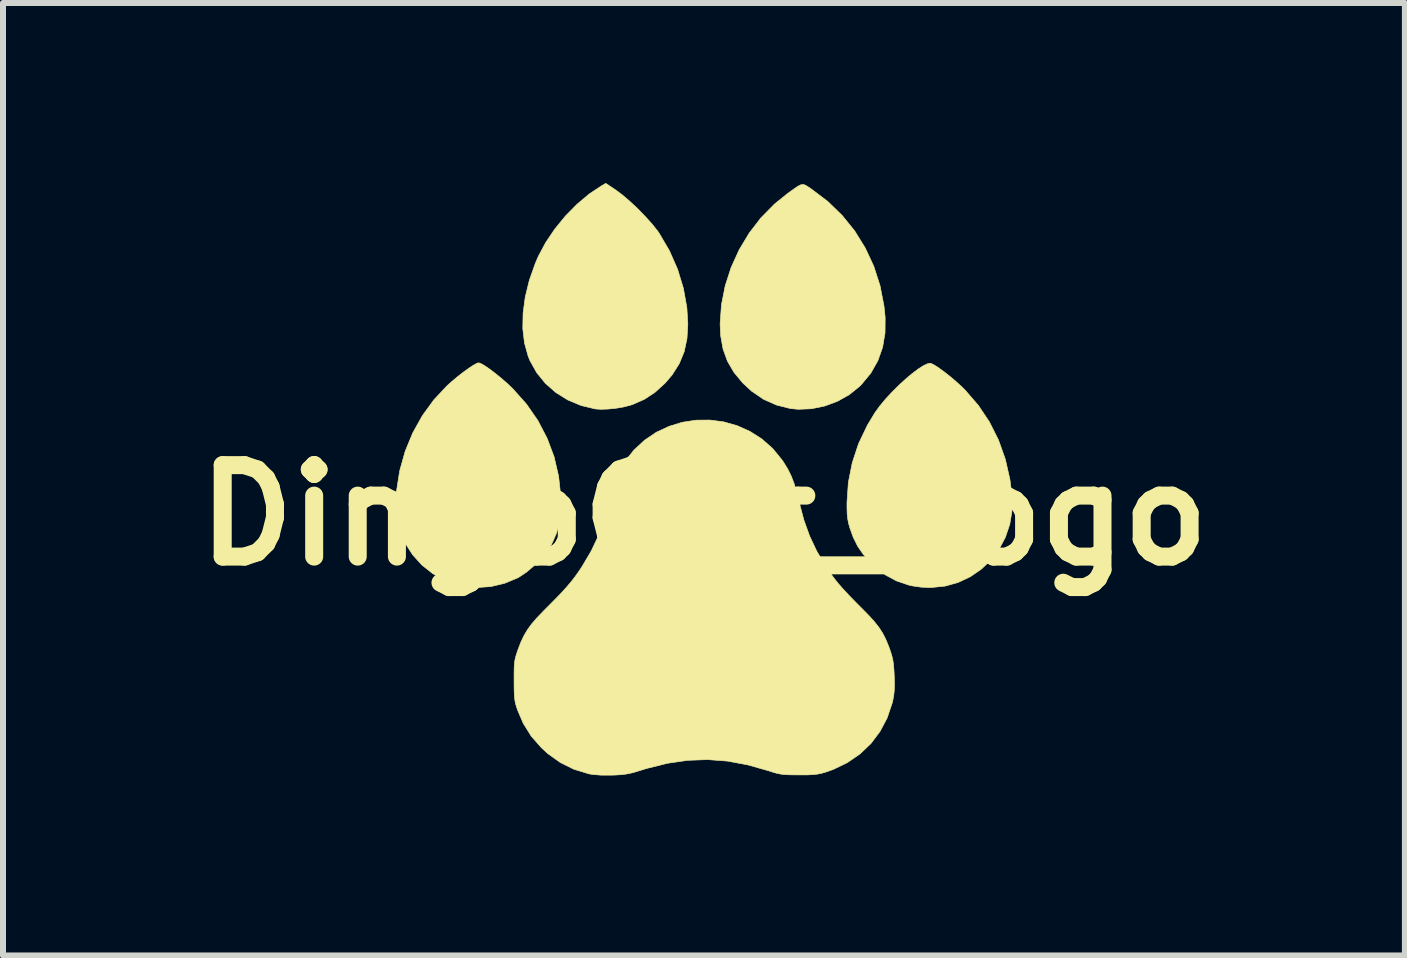
<source format=kicad_pcb>
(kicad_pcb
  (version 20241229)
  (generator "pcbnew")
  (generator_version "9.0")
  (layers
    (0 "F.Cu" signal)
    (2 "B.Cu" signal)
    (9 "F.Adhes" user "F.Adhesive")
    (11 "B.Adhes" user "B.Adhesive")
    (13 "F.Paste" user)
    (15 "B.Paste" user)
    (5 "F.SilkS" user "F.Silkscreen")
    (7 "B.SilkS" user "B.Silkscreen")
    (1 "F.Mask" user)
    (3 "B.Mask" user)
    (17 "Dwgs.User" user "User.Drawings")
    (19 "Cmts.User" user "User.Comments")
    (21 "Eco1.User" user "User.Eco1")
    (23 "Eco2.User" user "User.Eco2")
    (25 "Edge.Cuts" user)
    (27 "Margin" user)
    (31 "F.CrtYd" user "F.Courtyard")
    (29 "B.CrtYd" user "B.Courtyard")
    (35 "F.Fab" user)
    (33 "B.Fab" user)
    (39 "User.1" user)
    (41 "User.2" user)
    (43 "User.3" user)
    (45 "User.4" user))
  (footprint "DingoCar_Logo"
    (layer "F.Cu")
    (at 8.68 5.535)
    (property "Reference" "DingoCar_Logo" (at 0 0 0) (layer "F.SilkS") (effects (font (size 1.524 1.524) (thickness 0.3))))
    (attr through_hole)
    (fp_poly (pts (xy 1.681 -5.504) (xy 1.723 -5.48) (xy 1.779 -5.443) (xy 1.791 -5.434) (xy 2.063 -5.228) (xy 2.304 -4.994) (xy 2.513 -4.735) (xy 2.688 -4.452) (xy 2.829 -4.149) (xy 2.933 -3.827) (xy 2.999 -3.49) (xy 3.019 -3.297) (xy 3.017 -3.041) (xy 2.977 -2.8) (xy 2.898 -2.576) (xy 2.781 -2.369) (xy 2.625 -2.18) (xy 2.591 -2.146) (xy 2.42 -2.008) (xy 2.223 -1.898) (xy 2.011 -1.819) (xy 1.79 -1.774) (xy 1.569 -1.765) (xy 1.439 -1.778) (xy 1.208 -1.836) (xy 0.992 -1.932) (xy 0.793 -2.068) (xy 0.646 -2.204) (xy 0.5 -2.38) (xy 0.391 -2.567) (xy 0.318 -2.769) (xy 0.278 -2.991) (xy 0.269 -3.186) (xy 0.291 -3.504) (xy 0.353 -3.82) (xy 0.452 -4.127) (xy 0.586 -4.422) (xy 0.753 -4.7) (xy 0.949 -4.955) (xy 1.174 -5.184) (xy 1.391 -5.359) (xy 1.487 -5.428) (xy 1.556 -5.476) (xy 1.606 -5.503) (xy 1.645 -5.512) (xy 1.681 -5.504)) (stroke (width 0.01) (type solid)) (fill yes) (layer "F.SilkS"))
    (fp_poly (pts (xy -1.469 -5.418) (xy -1.359 -5.336) (xy -1.234 -5.229) (xy -1.103 -5.106) (xy -0.977 -4.976) (xy -0.863 -4.85) (xy -0.772 -4.735) (xy -0.747 -4.699) (xy -0.575 -4.406) (xy -0.44 -4.099) (xy -0.343 -3.781) (xy -0.285 -3.458) (xy -0.269 -3.186) (xy -0.283 -2.943) (xy -0.33 -2.724) (xy -0.412 -2.525) (xy -0.53 -2.339) (xy -0.646 -2.203) (xy -0.814 -2.05) (xy -0.99 -1.933) (xy -1.185 -1.847) (xy -1.23 -1.832) (xy -1.34 -1.804) (xy -1.468 -1.782) (xy -1.6 -1.769) (xy -1.72 -1.765) (xy -1.81 -1.771) (xy -2.048 -1.828) (xy -2.268 -1.92) (xy -2.468 -2.044) (xy -2.642 -2.197) (xy -2.787 -2.375) (xy -2.9 -2.577) (xy -2.93 -2.652) (xy -2.991 -2.871) (xy -3.019 -3.111) (xy -3.014 -3.368) (xy -2.978 -3.637) (xy -2.91 -3.915) (xy -2.811 -4.195) (xy -2.761 -4.312) (xy -2.639 -4.541) (xy -2.487 -4.767) (xy -2.31 -4.984) (xy -2.115 -5.182) (xy -1.911 -5.354) (xy -1.704 -5.491) (xy -1.702 -5.492) (xy -1.636 -5.53) (xy -1.469 -5.418)) (stroke (width 0.01) (type solid)) (fill yes) (layer "F.SilkS"))
    (fp_poly (pts (xy -3.715 -2.526) (xy -3.649 -2.488) (xy -3.566 -2.431) (xy -3.471 -2.358) (xy -3.371 -2.277) (xy -3.272 -2.19) (xy -3.185 -2.107) (xy -2.957 -1.851) (xy -2.766 -1.575) (xy -2.613 -1.281) (xy -2.497 -0.972) (xy -2.422 -0.649) (xy -2.386 -0.316) (xy -2.383 -0.212) (xy -2.389 -0.022) (xy -2.412 0.142) (xy -2.456 0.295) (xy -2.523 0.45) (xy -2.547 0.497) (xy -2.62 0.61) (xy -2.72 0.729) (xy -2.837 0.846) (xy -2.96 0.95) (xy -3.08 1.03) (xy -3.105 1.044) (xy -3.324 1.135) (xy -3.553 1.189) (xy -3.786 1.205) (xy -4.014 1.183) (xy -4.102 1.164) (xy -4.319 1.086) (xy -4.52 0.973) (xy -4.7 0.83) (xy -4.853 0.661) (xy -4.976 0.47) (xy -5.05 0.3) (xy -5.105 0.1) (xy -5.132 -0.102) (xy -5.13 -0.321) (xy -5.123 -0.403) (xy -5.07 -0.741) (xy -4.979 -1.065) (xy -4.852 -1.373) (xy -4.691 -1.661) (xy -4.499 -1.925) (xy -4.276 -2.162) (xy -4.203 -2.227) (xy -4.107 -2.308) (xy -4.01 -2.383) (xy -3.92 -2.448) (xy -3.842 -2.5) (xy -3.784 -2.531) (xy -3.756 -2.54) (xy -3.715 -2.526)) (stroke (width 0.01) (type solid)) (fill yes) (layer "F.SilkS"))
    (fp_poly (pts (xy 3.829 -2.508) (xy 3.903 -2.461) (xy 3.994 -2.395) (xy 4.094 -2.317) (xy 4.196 -2.231) (xy 4.293 -2.142) (xy 4.353 -2.083) (xy 4.572 -1.83) (xy 4.757 -1.553) (xy 4.907 -1.254) (xy 5.021 -0.934) (xy 5.098 -0.595) (xy 5.133 -0.318) (xy 5.133 -0.077) (xy 5.095 0.153) (xy 5.022 0.368) (xy 4.917 0.566) (xy 4.783 0.744) (xy 4.623 0.897) (xy 4.441 1.023) (xy 4.238 1.119) (xy 4.019 1.181) (xy 3.785 1.205) (xy 3.748 1.205) (xy 3.615 1.198) (xy 3.481 1.179) (xy 3.412 1.164) (xy 3.209 1.095) (xy 3.027 0.997) (xy 2.857 0.865) (xy 2.783 0.795) (xy 2.657 0.655) (xy 2.561 0.517) (xy 2.486 0.365) (xy 2.431 0.212) (xy 2.409 0.133) (xy 2.394 0.058) (xy 2.386 -0.024) (xy 2.383 -0.128) (xy 2.383 -0.212) (xy 2.406 -0.548) (xy 2.471 -0.875) (xy 2.576 -1.193) (xy 2.723 -1.5) (xy 2.851 -1.712) (xy 2.93 -1.82) (xy 3.024 -1.934) (xy 3.13 -2.048) (xy 3.242 -2.16) (xy 3.356 -2.265) (xy 3.466 -2.358) (xy 3.568 -2.435) (xy 3.658 -2.493) (xy 3.73 -2.526) (xy 3.777 -2.532) (xy 3.829 -2.508)) (stroke (width 0.01) (type solid)) (fill yes) (layer "F.SilkS"))
    (fp_poly (pts (xy 0.328 -1.556) (xy 0.551 -1.493) (xy 0.764 -1.398) (xy 0.964 -1.271) (xy 1.145 -1.111) (xy 1.303 -0.918) (xy 1.324 -0.887) (xy 1.395 -0.772) (xy 1.453 -0.655) (xy 1.502 -0.527) (xy 1.547 -0.377) (xy 1.586 -0.216) (xy 1.664 0.079) (xy 1.76 0.346) (xy 1.88 0.6) (xy 2.027 0.847) (xy 2.096 0.951) (xy 2.164 1.045) (xy 2.236 1.136) (xy 2.318 1.23) (xy 2.417 1.336) (xy 2.537 1.459) (xy 2.613 1.535) (xy 2.739 1.663) (xy 2.839 1.773) (xy 2.917 1.872) (xy 2.979 1.968) (xy 3.03 2.069) (xy 3.077 2.183) (xy 3.097 2.238) (xy 3.126 2.327) (xy 3.146 2.406) (xy 3.158 2.488) (xy 3.166 2.587) (xy 3.171 2.69) (xy 3.174 2.816) (xy 3.171 2.914) (xy 3.163 2.997) (xy 3.148 3.079) (xy 3.135 3.133) (xy 3.052 3.379) (xy 2.933 3.603) (xy 2.782 3.804) (xy 2.599 3.978) (xy 2.388 4.123) (xy 2.152 4.237) (xy 2.032 4.279) (xy 1.959 4.3) (xy 1.891 4.314) (xy 1.816 4.322) (xy 1.723 4.327) (xy 1.601 4.327) (xy 1.577 4.327) (xy 1.454 4.326) (xy 1.362 4.323) (xy 1.288 4.315) (xy 1.221 4.302) (xy 1.149 4.282) (xy 1.079 4.259) (xy 0.73 4.16) (xy 0.393 4.097) (xy 0.062 4.072) (xy -0.27 4.084) (xy -0.607 4.133) (xy -0.956 4.22) (xy -1.079 4.258) (xy -1.182 4.289) (xy -1.271 4.309) (xy -1.364 4.322) (xy -1.475 4.329) (xy -1.535 4.331) (xy -1.714 4.331) (xy -1.856 4.32) (xy -1.918 4.309) (xy -2.167 4.233) (xy -2.393 4.121) (xy -2.601 3.973) (xy -2.71 3.873) (xy -2.879 3.68) (xy -3.011 3.468) (xy -3.105 3.249) (xy -3.128 3.181) (xy -3.144 3.121) (xy -3.154 3.061) (xy -3.16 2.99) (xy -3.163 2.899) (xy -3.164 2.776) (xy -3.164 2.752) (xy -3.164 2.625) (xy -3.162 2.53) (xy -3.157 2.458) (xy -3.147 2.397) (xy -3.132 2.339) (xy -3.11 2.273) (xy -3.098 2.238) (xy -3.051 2.115) (xy -3.001 2.009) (xy -2.944 1.912) (xy -2.874 1.815) (xy -2.784 1.711) (xy -2.67 1.592) (xy -2.613 1.535) (xy -2.478 1.399) (xy -2.368 1.285) (xy -2.278 1.185) (xy -2.201 1.093) (xy -2.132 1.002) (xy -2.064 0.904) (xy -2.027 0.847) (xy -1.878 0.595) (xy -1.758 0.341) (xy -1.662 0.073) (xy -1.586 -0.216) (xy -1.542 -0.395) (xy -1.497 -0.542) (xy -1.447 -0.668) (xy -1.388 -0.784) (xy -1.324 -0.887) (xy -1.169 -1.084) (xy -0.991 -1.249) (xy -0.795 -1.382) (xy -0.583 -1.481) (xy -0.361 -1.549) (xy -0.132 -1.584) (xy 0.099 -1.586) (xy 0.328 -1.556)) (stroke (width 0.01) (type solid)) (fill yes) (layer "F.SilkS")))
  (gr_rect
    (start -3 -3)
    (end 20.359 12.871)
    (stroke (width 0.1) (type default))
    (fill no)
    (layer "Edge.Cuts")))
</source>
